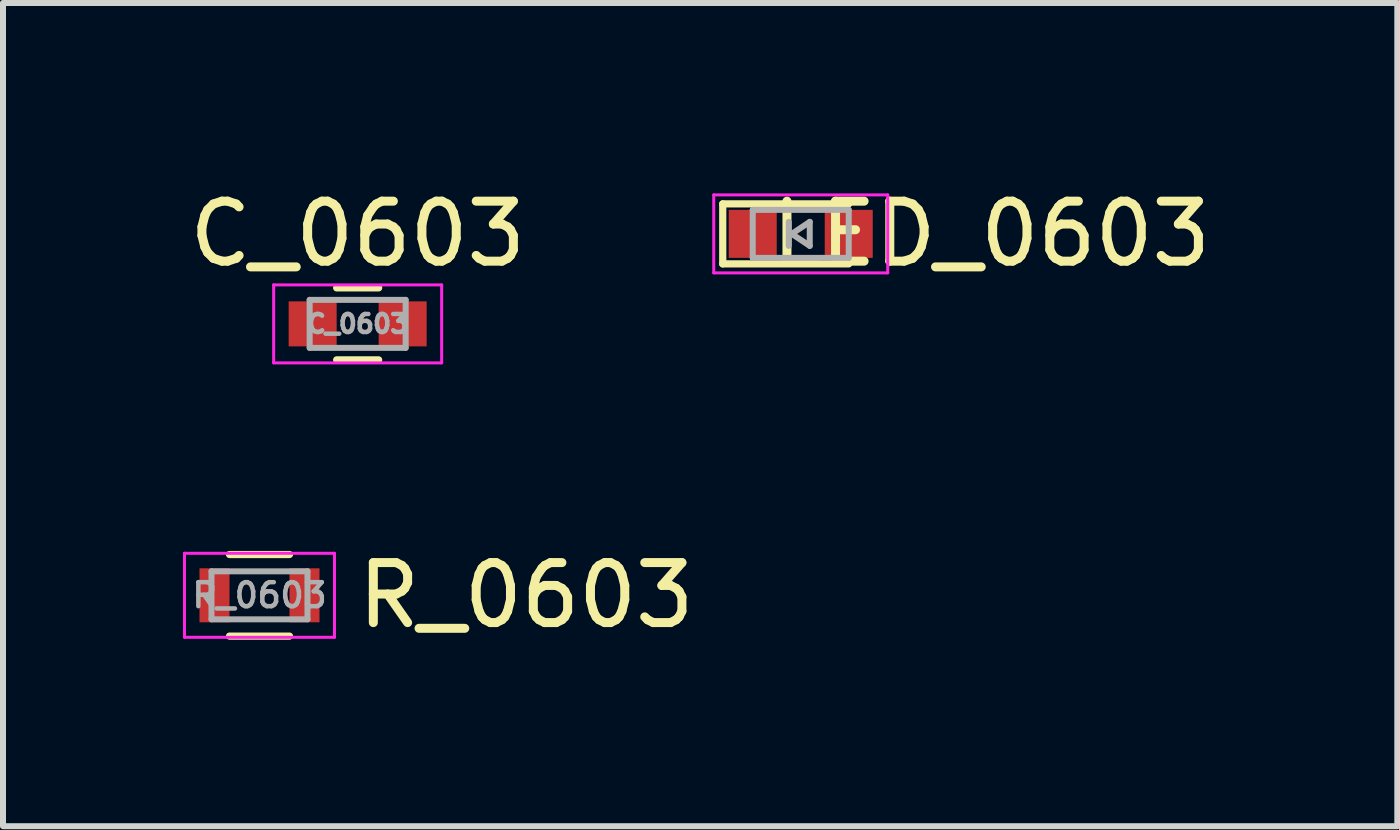
<source format=kicad_pcb>
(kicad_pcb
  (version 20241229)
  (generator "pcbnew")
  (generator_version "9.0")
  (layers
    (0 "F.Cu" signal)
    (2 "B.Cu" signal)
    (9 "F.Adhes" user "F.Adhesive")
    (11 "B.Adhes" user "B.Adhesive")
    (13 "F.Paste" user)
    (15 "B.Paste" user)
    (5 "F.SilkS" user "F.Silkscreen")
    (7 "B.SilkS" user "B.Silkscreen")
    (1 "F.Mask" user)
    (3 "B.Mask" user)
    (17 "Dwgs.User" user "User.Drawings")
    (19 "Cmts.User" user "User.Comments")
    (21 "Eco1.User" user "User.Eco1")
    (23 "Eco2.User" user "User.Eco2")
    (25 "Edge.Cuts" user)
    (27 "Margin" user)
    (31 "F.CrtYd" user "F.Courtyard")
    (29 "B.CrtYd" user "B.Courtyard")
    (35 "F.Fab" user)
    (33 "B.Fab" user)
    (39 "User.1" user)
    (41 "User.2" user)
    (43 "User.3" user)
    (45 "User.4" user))
  (footprint "C_0603"
    (layer "F.Cu")
    (at 2.911 2.348)
    (property "Reference" "C_0603" (at 0 -1.5 0) (layer "F.SilkS") (effects (font (size 1 1) (thickness 0.15))))
    (attr smd)
    (fp_line (start -0.35 -0.6) (end 0.35 -0.6) (stroke (width 0.12) (type solid)) (layer "F.SilkS"))
    (fp_line (start 0.35 0.6) (end -0.35 0.6) (stroke (width 0.12) (type solid)) (layer "F.SilkS"))
    (fp_line (start -1.4 -0.65) (end -1.4 0.65) (stroke (width 0.05) (type solid)) (layer "F.CrtYd"))
    (fp_line (start -1.4 -0.65) (end 1.4 -0.65) (stroke (width 0.05) (type solid)) (layer "F.CrtYd"))
    (fp_line (start 1.4 0.65) (end -1.4 0.65) (stroke (width 0.05) (type solid)) (layer "F.CrtYd"))
    (fp_line (start 1.4 0.65) (end 1.4 -0.65) (stroke (width 0.05) (type solid)) (layer "F.CrtYd"))
    (fp_line (start -0.8 -0.4) (end 0.8 -0.4) (stroke (width 0.1) (type solid)) (layer "F.Fab"))
    (fp_line (start -0.8 0.4) (end -0.8 -0.4) (stroke (width 0.1) (type solid)) (layer "F.Fab"))
    (fp_line (start 0.8 -0.4) (end 0.8 0.4) (stroke (width 0.1) (type solid)) (layer "F.Fab"))
    (fp_line (start 0.8 0.4) (end -0.8 0.4) (stroke (width 0.1) (type solid)) (layer "F.Fab"))
    (fp_text user "${REFERENCE}" (at 0 0 0) (layer "F.Fab") (effects (font (size 0.3 0.3) (thickness 0.075))))
    (pad "1" smd rect (at -0.75 0) (size 0.8 0.75) (layers "F.Cu" "F.Mask" "F.Paste"))
    (pad "2" smd rect (at 0.75 0) (size 0.8 0.75) (layers "F.Cu" "F.Mask" "F.Paste")))
  (footprint "LED_0603"
    (layer "F.Cu")
    (at 10.296 0.848)
    (property "Reference" "LED_0603" (at 3.175 0 0) (layer "F.SilkS") (effects (font (size 1 1) (thickness 0.15))))
    (attr smd)
    (fp_line (start -1.3 -0.5) (end -1.3 0.5) (stroke (width 0.12) (type solid)) (layer "F.SilkS"))
    (fp_line (start -1.3 -0.5) (end 0.8 -0.5) (stroke (width 0.12) (type solid)) (layer "F.SilkS"))
    (fp_line (start -1.3 0.5) (end 0.8 0.5) (stroke (width 0.12) (type solid)) (layer "F.SilkS"))
    (fp_line (start -1.45 -0.65) (end 1.45 -0.65) (stroke (width 0.05) (type solid)) (layer "F.CrtYd"))
    (fp_line (start -1.45 0.65) (end -1.45 -0.65) (stroke (width 0.05) (type solid)) (layer "F.CrtYd"))
    (fp_line (start 1.45 -0.65) (end 1.45 0.65) (stroke (width 0.05) (type solid)) (layer "F.CrtYd"))
    (fp_line (start 1.45 0.65) (end -1.45 0.65) (stroke (width 0.05) (type solid)) (layer "F.CrtYd"))
    (fp_line (start -0.8 -0.4) (end 0.8 -0.4) (stroke (width 0.1) (type solid)) (layer "F.Fab"))
    (fp_line (start -0.8 0.4) (end -0.8 -0.4) (stroke (width 0.1) (type solid)) (layer "F.Fab"))
    (fp_line (start -0.2 -0.2) (end -0.2 0.2) (stroke (width 0.1) (type solid)) (layer "F.Fab"))
    (fp_line (start -0.15 0) (end 0.15 -0.2) (stroke (width 0.1) (type solid)) (layer "F.Fab"))
    (fp_line (start 0.15 -0.2) (end 0.15 0.2) (stroke (width 0.1) (type solid)) (layer "F.Fab"))
    (fp_line (start 0.15 0.2) (end -0.15 0) (stroke (width 0.1) (type solid)) (layer "F.Fab"))
    (fp_line (start 0.8 -0.4) (end 0.8 0.4) (stroke (width 0.1) (type solid)) (layer "F.Fab"))
    (fp_line (start 0.8 0.4) (end -0.8 0.4) (stroke (width 0.1) (type solid)) (layer "F.Fab"))
    (pad "1" smd rect (at -0.8 0 180) (size 0.8 0.8) (layers "F.Cu" "F.Mask" "F.Paste"))
    (pad "2" smd rect (at 0.8 0 180) (size 0.8 0.8) (layers "F.Cu" "F.Mask" "F.Paste")))
  (footprint "R_0603"
    (layer "F.Cu")
    (at 1.275 6.872)
    (property "Reference" "R_0603" (at 4.445 0 0) (layer "F.SilkS") (effects (font (size 1 1) (thickness 0.15))))
    (attr smd)
    (fp_line (start -0.5 -0.68) (end 0.5 -0.68) (stroke (width 0.12) (type solid)) (layer "F.SilkS"))
    (fp_line (start 0.5 0.68) (end -0.5 0.68) (stroke (width 0.12) (type solid)) (layer "F.SilkS"))
    (fp_line (start -1.25 -0.7) (end -1.25 0.7) (stroke (width 0.05) (type solid)) (layer "F.CrtYd"))
    (fp_line (start -1.25 -0.7) (end 1.25 -0.7) (stroke (width 0.05) (type solid)) (layer "F.CrtYd"))
    (fp_line (start 1.25 0.7) (end -1.25 0.7) (stroke (width 0.05) (type solid)) (layer "F.CrtYd"))
    (fp_line (start 1.25 0.7) (end 1.25 -0.7) (stroke (width 0.05) (type solid)) (layer "F.CrtYd"))
    (fp_line (start -0.8 -0.4) (end 0.8 -0.4) (stroke (width 0.1) (type solid)) (layer "F.Fab"))
    (fp_line (start -0.8 0.4) (end -0.8 -0.4) (stroke (width 0.1) (type solid)) (layer "F.Fab"))
    (fp_line (start 0.8 -0.4) (end 0.8 0.4) (stroke (width 0.1) (type solid)) (layer "F.Fab"))
    (fp_line (start 0.8 0.4) (end -0.8 0.4) (stroke (width 0.1) (type solid)) (layer "F.Fab"))
    (fp_text user "${REFERENCE}" (at 0 0 0) (layer "F.Fab") (effects (font (size 0.4 0.4) (thickness 0.075))))
    (pad "1" smd rect (at -0.75 0) (size 0.5 0.9) (layers "F.Cu" "F.Mask" "F.Paste"))
    (pad "2" smd rect (at 0.75 0) (size 0.5 0.9) (layers "F.Cu" "F.Mask" "F.Paste")))
  (gr_rect
    (start -3 -3)
    (end 20.239 10.72)
    (stroke (width 0.1) (type default))
    (fill no)
    (layer "Edge.Cuts")))
</source>
